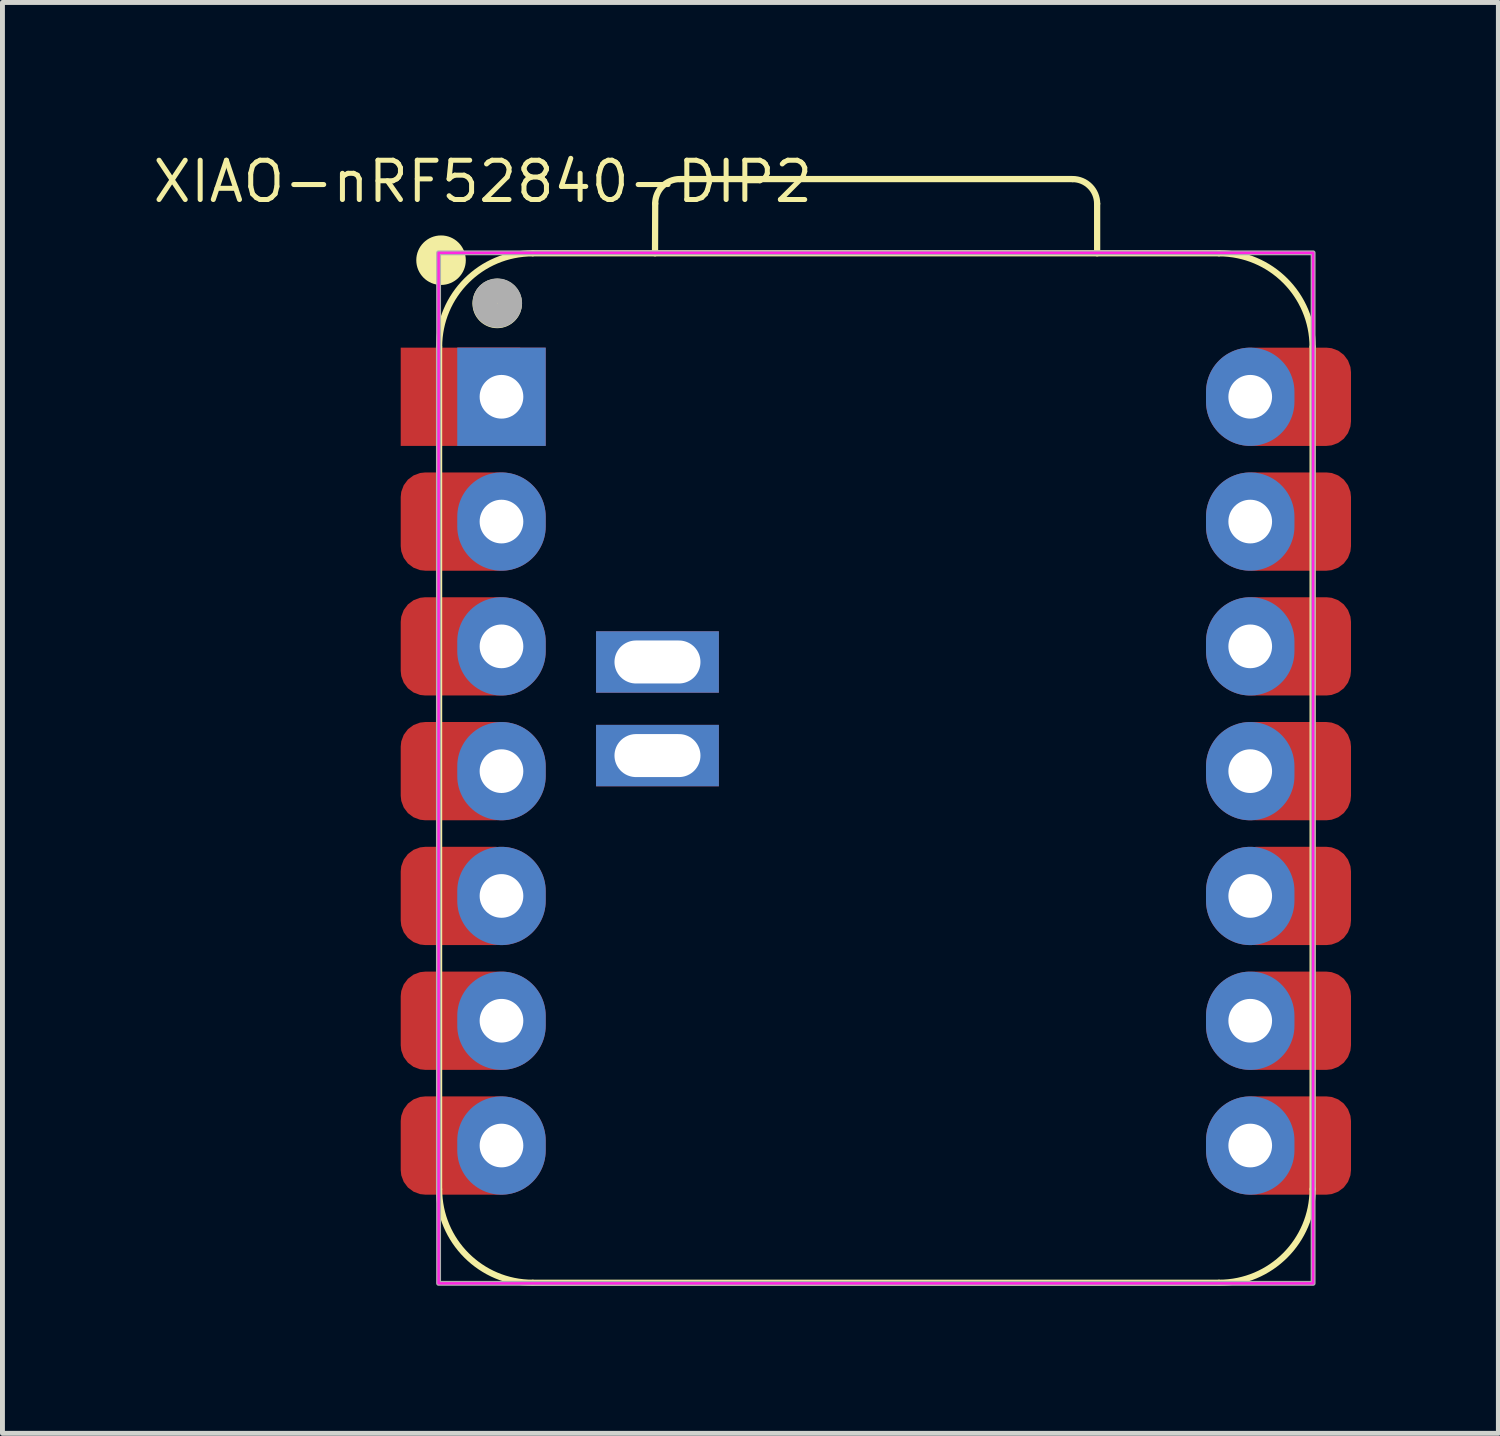
<source format=kicad_pcb>
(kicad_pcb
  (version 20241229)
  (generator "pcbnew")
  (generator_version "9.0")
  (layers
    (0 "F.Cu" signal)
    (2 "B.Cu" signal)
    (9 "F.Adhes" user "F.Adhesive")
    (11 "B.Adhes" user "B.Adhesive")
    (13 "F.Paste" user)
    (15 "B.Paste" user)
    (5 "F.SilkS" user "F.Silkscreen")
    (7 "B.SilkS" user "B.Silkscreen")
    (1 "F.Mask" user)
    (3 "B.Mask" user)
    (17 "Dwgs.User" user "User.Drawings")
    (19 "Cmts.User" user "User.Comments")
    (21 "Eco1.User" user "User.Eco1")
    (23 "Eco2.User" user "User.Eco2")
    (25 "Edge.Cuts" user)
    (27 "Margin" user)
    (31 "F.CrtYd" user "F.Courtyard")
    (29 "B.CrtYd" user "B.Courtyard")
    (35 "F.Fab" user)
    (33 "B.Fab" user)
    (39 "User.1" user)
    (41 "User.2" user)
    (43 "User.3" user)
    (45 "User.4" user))
  (footprint "XIAO-nRF52840-DIP2"
    (layer "F.Cu")
    (at 14.777 12.646)
    (property "Reference" "XIAO-nRF52840-DIP2" (at -8 -12 0) (unlocked yes) (layer "F.SilkS") (effects (font (size 0.8 0.8) (thickness 0.102))))
    (attr smd)
    (fp_line (start -8.89 8.509) (end -8.89 -8.636) (stroke (width 0.127) (type solid)) (layer "F.SilkS"))
    (fp_line (start -6.985 10.414) (end 6.985 10.414) (stroke (width 0.127) (type solid)) (layer "F.SilkS"))
    (fp_line (start -4.495 -10.541) (end -4.491 -11.551) (stroke (width 0.127) (type solid)) (layer "F.SilkS"))
    (fp_line (start -3.991 -12.051) (end 4.004 -12.051) (stroke (width 0.127) (type solid)) (layer "F.SilkS"))
    (fp_line (start 4.504 -11.551) (end 4.504 -10.541) (stroke (width 0.127) (type solid)) (layer "F.SilkS"))
    (fp_line (start 6.985 -10.541) (end -6.985 -10.541) (stroke (width 0.1) (type solid)) (layer "F.SilkS"))
    (fp_line (start 6.985 -10.541) (end -6.985 -10.541) (stroke (width 0.127) (type solid)) (layer "F.SilkS"))
    (fp_line (start 8.89 8.509) (end 8.89 -8.636) (stroke (width 0.127) (type solid)) (layer "F.SilkS"))
    (fp_arc (start -8.89 -8.636) (mid -8.332038 -9.983038) (end -6.985 -10.541) (stroke (width 0.127) (type solid)) (layer "F.SilkS"))
    (fp_arc (start -6.985 10.414) (mid -8.332038 9.856038) (end -8.89 8.509) (stroke (width 0.127) (type solid)) (layer "F.SilkS"))
    (fp_arc (start -4.491272 -11.551272) (mid -4.344728 -11.90464) (end -3.991272 -12.051) (stroke (width 0.127) (type default)) (layer "F.SilkS"))
    (fp_arc (start 4.004 -12.051) (mid 4.357524 -11.904524) (end 4.504 -11.551) (stroke (width 0.127) (type default)) (layer "F.SilkS"))
    (fp_arc (start 6.985 -10.541) (mid 8.332038 -9.983038) (end 8.89 -8.636) (stroke (width 0.127) (type solid)) (layer "F.SilkS"))
    (fp_arc (start 8.89 8.509) (mid 8.332038 9.856038) (end 6.985 10.414) (stroke (width 0.127) (type solid)) (layer "F.SilkS"))
    (fp_circle (center -8.85 -10.4) (end -8.85 -10.654) (stroke (width 0.5) (type solid)) (fill yes) (layer "F.SilkS"))
    (fp_circle (center -7.707 -9.52) (end -7.707 -9.774) (stroke (width 0.5) (type solid)) (fill yes) (layer "F.SilkS"))
    (fp_rect (start -8.9 -10.55) (end 8.9 10.425) (stroke (width 0.05) (type default)) (fill no) (layer "F.CrtYd"))
    (fp_rect (start -8.9 -10.55) (end 8.9 10.425) (stroke (width 0.1) (type default)) (fill no) (layer "F.Fab"))
    (fp_circle (center -7.704 -9.526) (end -7.704 -9.78) (stroke (width 0.5) (type solid)) (fill no) (layer "F.Fab"))
    (pad "1" smd rect (at -8.455 -7.62 180) (size 2.432 2) (layers "F.Cu" "F.Mask"))
    (pad "1" thru_hole rect (at -7.62 -7.62 180) (size 1.8 2) (drill 0.889) (layers "*.Cu" "*.Mask"))
    (pad "2" smd roundrect (at -8.455 -5.08 180) (size 2.432 2) (layers "F.Cu" "F.Mask") (roundrect_rratio 0.25))
    (pad "2" thru_hole oval (at -7.62 -5.08 180) (size 1.8 2) (drill 0.889) (layers "*.Cu" "*.Mask"))
    (pad "3" smd roundrect (at -8.455 -2.54 180) (size 2.432 2) (layers "F.Cu" "F.Mask") (roundrect_rratio 0.25))
    (pad "3" thru_hole oval (at -7.62 -2.54 180) (size 1.8 2) (drill 0.889) (layers "*.Cu" "*.Mask"))
    (pad "4" smd roundrect (at -8.455 0 180) (size 2.432 2) (layers "F.Cu" "F.Mask") (roundrect_rratio 0.25))
    (pad "4" thru_hole oval (at -7.62 0 180) (size 1.8 2) (drill 0.889) (layers "*.Cu" "*.Mask"))
    (pad "5" smd roundrect (at -8.455 2.54 180) (size 2.432 2) (layers "F.Cu" "F.Mask") (roundrect_rratio 0.25))
    (pad "5" thru_hole oval (at -7.62 2.54 180) (size 1.8 2) (drill 0.889) (layers "*.Cu" "*.Mask"))
    (pad "6" smd roundrect (at -8.455 5.08 180) (size 2.432 2) (layers "F.Cu" "F.Mask") (roundrect_rratio 0.25))
    (pad "6" thru_hole oval (at -7.62 5.08 180) (size 1.8 2) (drill 0.889) (layers "*.Cu" "*.Mask"))
    (pad "7" smd roundrect (at -8.455 7.62 180) (size 2.432 2) (layers "F.Cu" "F.Mask") (roundrect_rratio 0.25))
    (pad "7" thru_hole oval (at -7.62 7.62 180) (size 1.8 2) (drill 0.889) (layers "*.Cu" "*.Mask"))
    (pad "8" thru_hole oval (at 7.62 7.62) (size 1.8 2) (drill 0.889) (layers "*.Cu" "*.Mask"))
    (pad "8" smd roundrect (at 8.455 7.62) (size 2.432 2) (layers "F.Cu" "F.Mask") (roundrect_rratio 0.25))
    (pad "9" thru_hole oval (at 7.62 5.08) (size 1.8 2) (drill 0.889) (layers "*.Cu" "*.Mask"))
    (pad "9" smd roundrect (at 8.455 5.08) (size 2.432 2) (layers "F.Cu" "F.Mask") (roundrect_rratio 0.25))
    (pad "10" thru_hole oval (at 7.62 2.54) (size 1.8 2) (drill 0.889) (layers "*.Cu" "*.Mask"))
    (pad "10" smd roundrect (at 8.455 2.54) (size 2.432 2) (layers "F.Cu" "F.Mask") (roundrect_rratio 0.25))
    (pad "11" thru_hole oval (at 7.62 0) (size 1.8 2) (drill 0.889) (layers "*.Cu" "*.Mask"))
    (pad "11" smd roundrect (at 8.455 0) (size 2.432 2) (layers "F.Cu" "F.Mask") (roundrect_rratio 0.25))
    (pad "12" thru_hole oval (at 7.62 -2.54) (size 1.8 2) (drill 0.889) (layers "*.Cu" "*.Mask"))
    (pad "12" smd roundrect (at 8.455 -2.54) (size 2.432 2) (layers "F.Cu" "F.Mask") (roundrect_rratio 0.25))
    (pad "13" thru_hole oval (at 7.62 -5.08) (size 1.8 2) (drill 0.889) (layers "*.Cu" "*.Mask"))
    (pad "13" smd roundrect (at 8.455 -5.08) (size 2.432 2) (layers "F.Cu" "F.Mask") (roundrect_rratio 0.25))
    (pad "14" thru_hole oval (at 7.62 -7.62) (size 1.8 2) (drill 0.889) (layers "*.Cu" "*.Mask"))
    (pad "14" smd roundrect (at 8.455 -7.62) (size 2.432 2) (layers "F.Cu" "F.Mask") (roundrect_rratio 0.25))
    (pad "15" thru_hole rect (at -4.445 -2.222) (size 2.5 1.25) (drill oval 1.75 0.875) (layers "*.Cu" "*.Mask"))
    (pad "16" thru_hole rect (at -4.445 -0.317) (size 2.5 1.25) (drill oval 1.75 0.875) (layers "*.Cu" "*.Mask"))
    (zone (net_name "") (layers "F.Cu" "B.Cu") (name "anntena") (hatch edge 0.5) (connect_pads) (min_thickness 0.25) (filled_areas_thickness no) (keepout (tracks allowed) (vias allowed) (pads allowed) (copperpour not_allowed) (footprints allowed)) (placement (enabled no)) (fill) (polygon (pts (xy 23.707 23.064) (xy 23.707 16.646) (xy 5.847 16.646) (xy 5.847 23.064)))))
  (gr_rect
    (start -3 -3)
    (end 27.448 26.124)
    (stroke (width 0.1) (type default))
    (fill no)
    (layer "Edge.Cuts")))
</source>
